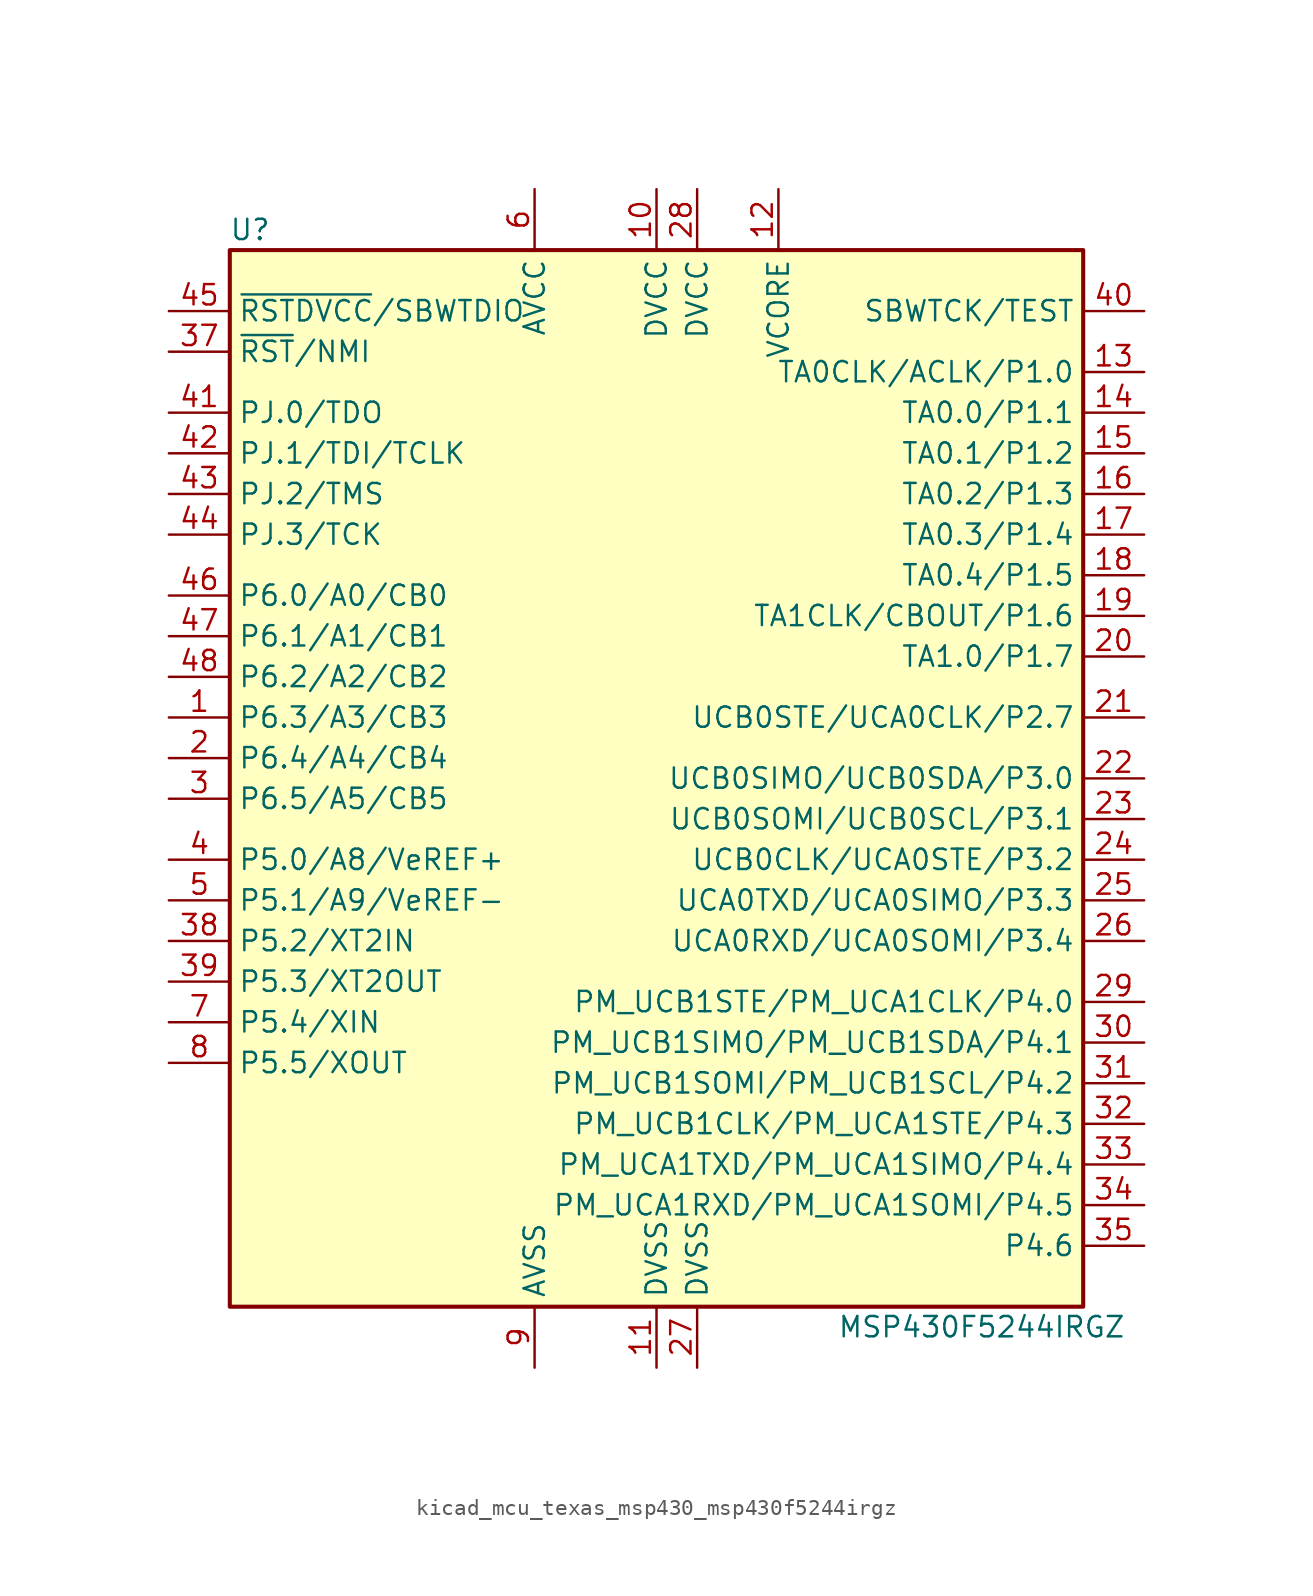
<source format=kicad_sym>
(kicad_symbol_lib
  (version 20220914)
  (generator kicad_symbol_editor)
  (symbol "kicad_mcu_texas_msp430_msp430f5244irgz"
    (property "Reference" "U"
      (at -25.4 35.56 0)
      (effects (font (size 1.27 1.27))))
    (property "Value" "MSP430F5244IRGZ"
      (at 20.32 -33.02 0)
      (effects (font (size 1.27 1.27))))
    (symbol "kicad_mcu_texas_msp430_msp430f5244irgz_0_1"
      (rectangle (start -26.67 34.29) (end 26.67 -31.75) (stroke (width 0.254) (type default)) (fill (type background))))
    (symbol "kicad_mcu_texas_msp430_msp430f5244irgz_1_1"
      (pin bidirectional line (at -30.48 5.08 0) (length 3.81) (name "P6.3/A3/CB3" (effects (font (size 1.27 1.27)))) (number "1" (effects (font (size 1.27 1.27)))))
      (pin power_in line (at 0 38.1 270) (length 3.81) (name "DVCC" (effects (font (size 1.27 1.27)))) (number "10" (effects (font (size 1.27 1.27)))))
      (pin power_in line (at 0 -35.56 90) (length 3.81) (name "DVSS" (effects (font (size 1.27 1.27)))) (number "11" (effects (font (size 1.27 1.27)))))
      (pin passive line (at 7.62 38.1 270) (length 3.81) (name "VCORE" (effects (font (size 1.27 1.27)))) (number "12" (effects (font (size 1.27 1.27)))))
      (pin bidirectional line (at 30.48 26.67 180) (length 3.81) (name "TA0CLK/ACLK/P1.0" (effects (font (size 1.27 1.27)))) (number "13" (effects (font (size 1.27 1.27)))))
      (pin bidirectional line (at 30.48 24.13 180) (length 3.81) (name "TA0.0/P1.1" (effects (font (size 1.27 1.27)))) (number "14" (effects (font (size 1.27 1.27)))))
      (pin bidirectional line (at 30.48 21.59 180) (length 3.81) (name "TA0.1/P1.2" (effects (font (size 1.27 1.27)))) (number "15" (effects (font (size 1.27 1.27)))))
      (pin bidirectional line (at 30.48 19.05 180) (length 3.81) (name "TA0.2/P1.3" (effects (font (size 1.27 1.27)))) (number "16" (effects (font (size 1.27 1.27)))))
      (pin bidirectional line (at 30.48 16.51 180) (length 3.81) (name "TA0.3/P1.4" (effects (font (size 1.27 1.27)))) (number "17" (effects (font (size 1.27 1.27)))))
      (pin bidirectional line (at 30.48 13.97 180) (length 3.81) (name "TA0.4/P1.5" (effects (font (size 1.27 1.27)))) (number "18" (effects (font (size 1.27 1.27)))))
      (pin bidirectional line (at 30.48 11.43 180) (length 3.81) (name "TA1CLK/CBOUT/P1.6" (effects (font (size 1.27 1.27)))) (number "19" (effects (font (size 1.27 1.27)))))
      (pin bidirectional line (at -30.48 2.54 0) (length 3.81) (name "P6.4/A4/CB4" (effects (font (size 1.27 1.27)))) (number "2" (effects (font (size 1.27 1.27)))))
      (pin bidirectional line (at 30.48 8.89 180) (length 3.81) (name "TA1.0/P1.7" (effects (font (size 1.27 1.27)))) (number "20" (effects (font (size 1.27 1.27)))))
      (pin bidirectional line (at 30.48 5.08 180) (length 3.81) (name "UCB0STE/UCA0CLK/P2.7" (effects (font (size 1.27 1.27)))) (number "21" (effects (font (size 1.27 1.27)))))
      (pin bidirectional line (at 30.48 1.27 180) (length 3.81) (name "UCB0SIMO/UCB0SDA/P3.0" (effects (font (size 1.27 1.27)))) (number "22" (effects (font (size 1.27 1.27)))))
      (pin bidirectional line (at 30.48 -1.27 180) (length 3.81) (name "UCB0SOMI/UCB0SCL/P3.1" (effects (font (size 1.27 1.27)))) (number "23" (effects (font (size 1.27 1.27)))))
      (pin bidirectional line (at 30.48 -3.81 180) (length 3.81) (name "UCB0CLK/UCA0STE/P3.2" (effects (font (size 1.27 1.27)))) (number "24" (effects (font (size 1.27 1.27)))))
      (pin bidirectional line (at 30.48 -6.35 180) (length 3.81) (name "UCA0TXD/UCA0SIMO/P3.3" (effects (font (size 1.27 1.27)))) (number "25" (effects (font (size 1.27 1.27)))))
      (pin bidirectional line (at 30.48 -8.89 180) (length 3.81) (name "UCA0RXD/UCA0SOMI/P3.4" (effects (font (size 1.27 1.27)))) (number "26" (effects (font (size 1.27 1.27)))))
      (pin power_in line (at 2.54 -35.56 90) (length 3.81) (name "DVSS" (effects (font (size 1.27 1.27)))) (number "27" (effects (font (size 1.27 1.27)))))
      (pin power_in line (at 2.54 38.1 270) (length 3.81) (name "DVCC" (effects (font (size 1.27 1.27)))) (number "28" (effects (font (size 1.27 1.27)))))
      (pin bidirectional line (at 30.48 -12.7 180) (length 3.81) (name "PM_UCB1STE/PM_UCA1CLK/P4.0" (effects (font (size 1.27 1.27)))) (number "29" (effects (font (size 1.27 1.27)))))
      (pin bidirectional line (at -30.48 0 0) (length 3.81) (name "P6.5/A5/CB5" (effects (font (size 1.27 1.27)))) (number "3" (effects (font (size 1.27 1.27)))))
      (pin bidirectional line (at 30.48 -15.24 180) (length 3.81) (name "PM_UCB1SIMO/PM_UCB1SDA/P4.1" (effects (font (size 1.27 1.27)))) (number "30" (effects (font (size 1.27 1.27)))))
      (pin bidirectional line (at 30.48 -17.78 180) (length 3.81) (name "PM_UCB1SOMI/PM_UCB1SCL/P4.2" (effects (font (size 1.27 1.27)))) (number "31" (effects (font (size 1.27 1.27)))))
      (pin bidirectional line (at 30.48 -20.32 180) (length 3.81) (name "PM_UCB1CLK/PM_UCA1STE/P4.3" (effects (font (size 1.27 1.27)))) (number "32" (effects (font (size 1.27 1.27)))))
      (pin bidirectional line (at 30.48 -22.86 180) (length 3.81) (name "PM_UCA1TXD/PM_UCA1SIMO/P4.4" (effects (font (size 1.27 1.27)))) (number "33" (effects (font (size 1.27 1.27)))))
      (pin bidirectional line (at 30.48 -25.4 180) (length 3.81) (name "PM_UCA1RXD/PM_UCA1SOMI/P4.5" (effects (font (size 1.27 1.27)))) (number "34" (effects (font (size 1.27 1.27)))))
      (pin bidirectional line (at 30.48 -27.94 180) (length 3.81) (name "P4.6" (effects (font (size 1.27 1.27)))) (number "35" (effects (font (size 1.27 1.27)))))
      (pin input line (at -30.48 27.94 0) (length 3.81) (name "~{RST}/NMI" (effects (font (size 1.27 1.27)))) (number "37" (effects (font (size 1.27 1.27)))))
      (pin bidirectional line (at -30.48 -8.89 0) (length 3.81) (name "P5.2/XT2IN" (effects (font (size 1.27 1.27)))) (number "38" (effects (font (size 1.27 1.27)))))
      (pin bidirectional line (at -30.48 -11.43 0) (length 3.81) (name "P5.3/XT2OUT" (effects (font (size 1.27 1.27)))) (number "39" (effects (font (size 1.27 1.27)))))
      (pin bidirectional line (at -30.48 -3.81 0) (length 3.81) (name "P5.0/A8/VeREF+" (effects (font (size 1.27 1.27)))) (number "4" (effects (font (size 1.27 1.27)))))
      (pin input line (at 30.48 30.48 180) (length 3.81) (name "SBWTCK/TEST" (effects (font (size 1.27 1.27)))) (number "40" (effects (font (size 1.27 1.27)))))
      (pin bidirectional line (at -30.48 24.13 0) (length 3.81) (name "PJ.0/TDO" (effects (font (size 1.27 1.27)))) (number "41" (effects (font (size 1.27 1.27)))))
      (pin bidirectional line (at -30.48 21.59 0) (length 3.81) (name "PJ.1/TDI/TCLK" (effects (font (size 1.27 1.27)))) (number "42" (effects (font (size 1.27 1.27)))))
      (pin bidirectional line (at -30.48 19.05 0) (length 3.81) (name "PJ.2/TMS" (effects (font (size 1.27 1.27)))) (number "43" (effects (font (size 1.27 1.27)))))
      (pin bidirectional line (at -30.48 16.51 0) (length 3.81) (name "PJ.3/TCK" (effects (font (size 1.27 1.27)))) (number "44" (effects (font (size 1.27 1.27)))))
      (pin bidirectional line (at -30.48 30.48 0) (length 3.81) (name "~{RSTDVCC}/SBWTDIO" (effects (font (size 1.27 1.27)))) (number "45" (effects (font (size 1.27 1.27)))))
      (pin bidirectional line (at -30.48 12.7 0) (length 3.81) (name "P6.0/A0/CB0" (effects (font (size 1.27 1.27)))) (number "46" (effects (font (size 1.27 1.27)))))
      (pin bidirectional line (at -30.48 10.16 0) (length 3.81) (name "P6.1/A1/CB1" (effects (font (size 1.27 1.27)))) (number "47" (effects (font (size 1.27 1.27)))))
      (pin bidirectional line (at -30.48 7.62 0) (length 3.81) (name "P6.2/A2/CB2" (effects (font (size 1.27 1.27)))) (number "48" (effects (font (size 1.27 1.27)))))
      (pin bidirectional line (at -30.48 -6.35 0) (length 3.81) (name "P5.1/A9/VeREF-" (effects (font (size 1.27 1.27)))) (number "5" (effects (font (size 1.27 1.27)))))
      (pin power_in line (at -7.62 38.1 270) (length 3.81) (name "AVCC" (effects (font (size 1.27 1.27)))) (number "6" (effects (font (size 1.27 1.27)))))
      (pin bidirectional line (at -30.48 -13.97 0) (length 3.81) (name "P5.4/XIN" (effects (font (size 1.27 1.27)))) (number "7" (effects (font (size 1.27 1.27)))))
      (pin bidirectional line (at -30.48 -16.51 0) (length 3.81) (name "P5.5/XOUT" (effects (font (size 1.27 1.27)))) (number "8" (effects (font (size 1.27 1.27)))))
      (pin power_in line (at -7.62 -35.56 90) (length 3.81) (name "AVSS" (effects (font (size 1.27 1.27)))) (number "9" (effects (font (size 1.27 1.27))))))))
</source>
